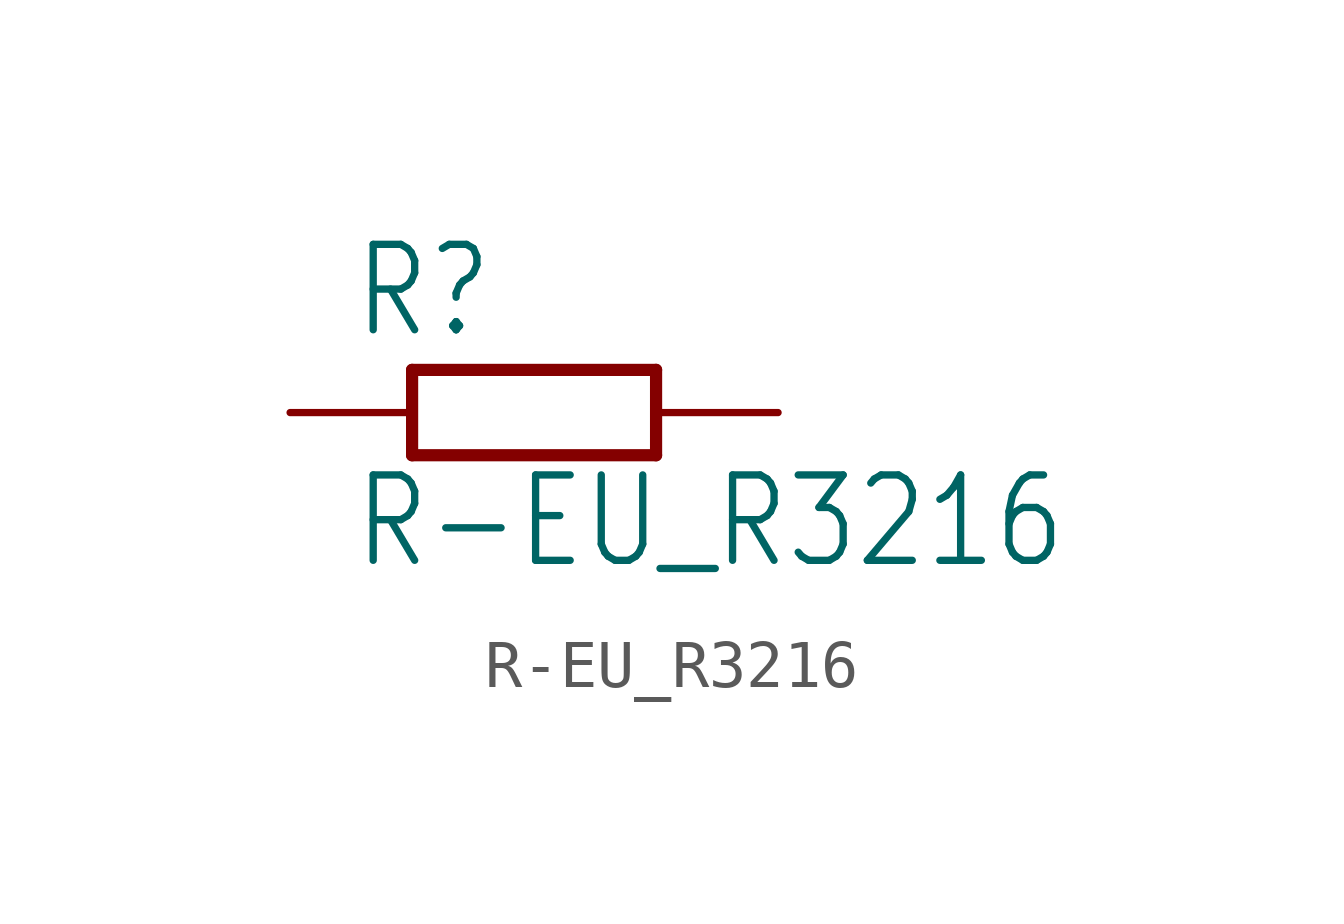
<source format=kicad_sym>
(kicad_symbol_lib
  (version 20220331)
  (generator kicad_symbol_editor)
  (symbol "R-EU_R3216"
    (property "Reference" "R"
      (at -3.81 1.499 0)
      (effects (font (size 1.778 1.511)) (justify left bottom)))
    (property "Value" "R-EU_R3216"
      (at -3.81 -3.302 0)
      (effects (font (size 1.778 1.511)) (justify left bottom)))
    (property "ki_locked" ""
      (at 0 0 0)
      (effects (font (size 1.27 1.27))))
    (symbol "R-EU_R3216_1_0"
      (polyline (pts (xy -2.54 -0.889) (xy -2.54 0.889)) (stroke (width 0.254) (type solid)) (fill (type none)))
      (polyline (pts (xy -2.54 -0.889) (xy 2.54 -0.889)) (stroke (width 0.254) (type solid)) (fill (type none)))
      (polyline (pts (xy 2.54 -0.889) (xy 2.54 0.889)) (stroke (width 0.254) (type solid)) (fill (type none)))
      (polyline (pts (xy 2.54 0.889) (xy -2.54 0.889)) (stroke (width 0.254) (type solid)) (fill (type none)))
      (pin passive line (at -5.08 0 0) (length 2.54) (name "1" (effects (font (size 0 0)))) (number "1" (effects (font (size 0 0)))))
      (pin passive line (at 5.08 0 180) (length 2.54) (name "2" (effects (font (size 0 0)))) (number "2" (effects (font (size 0 0))))))))
</source>
